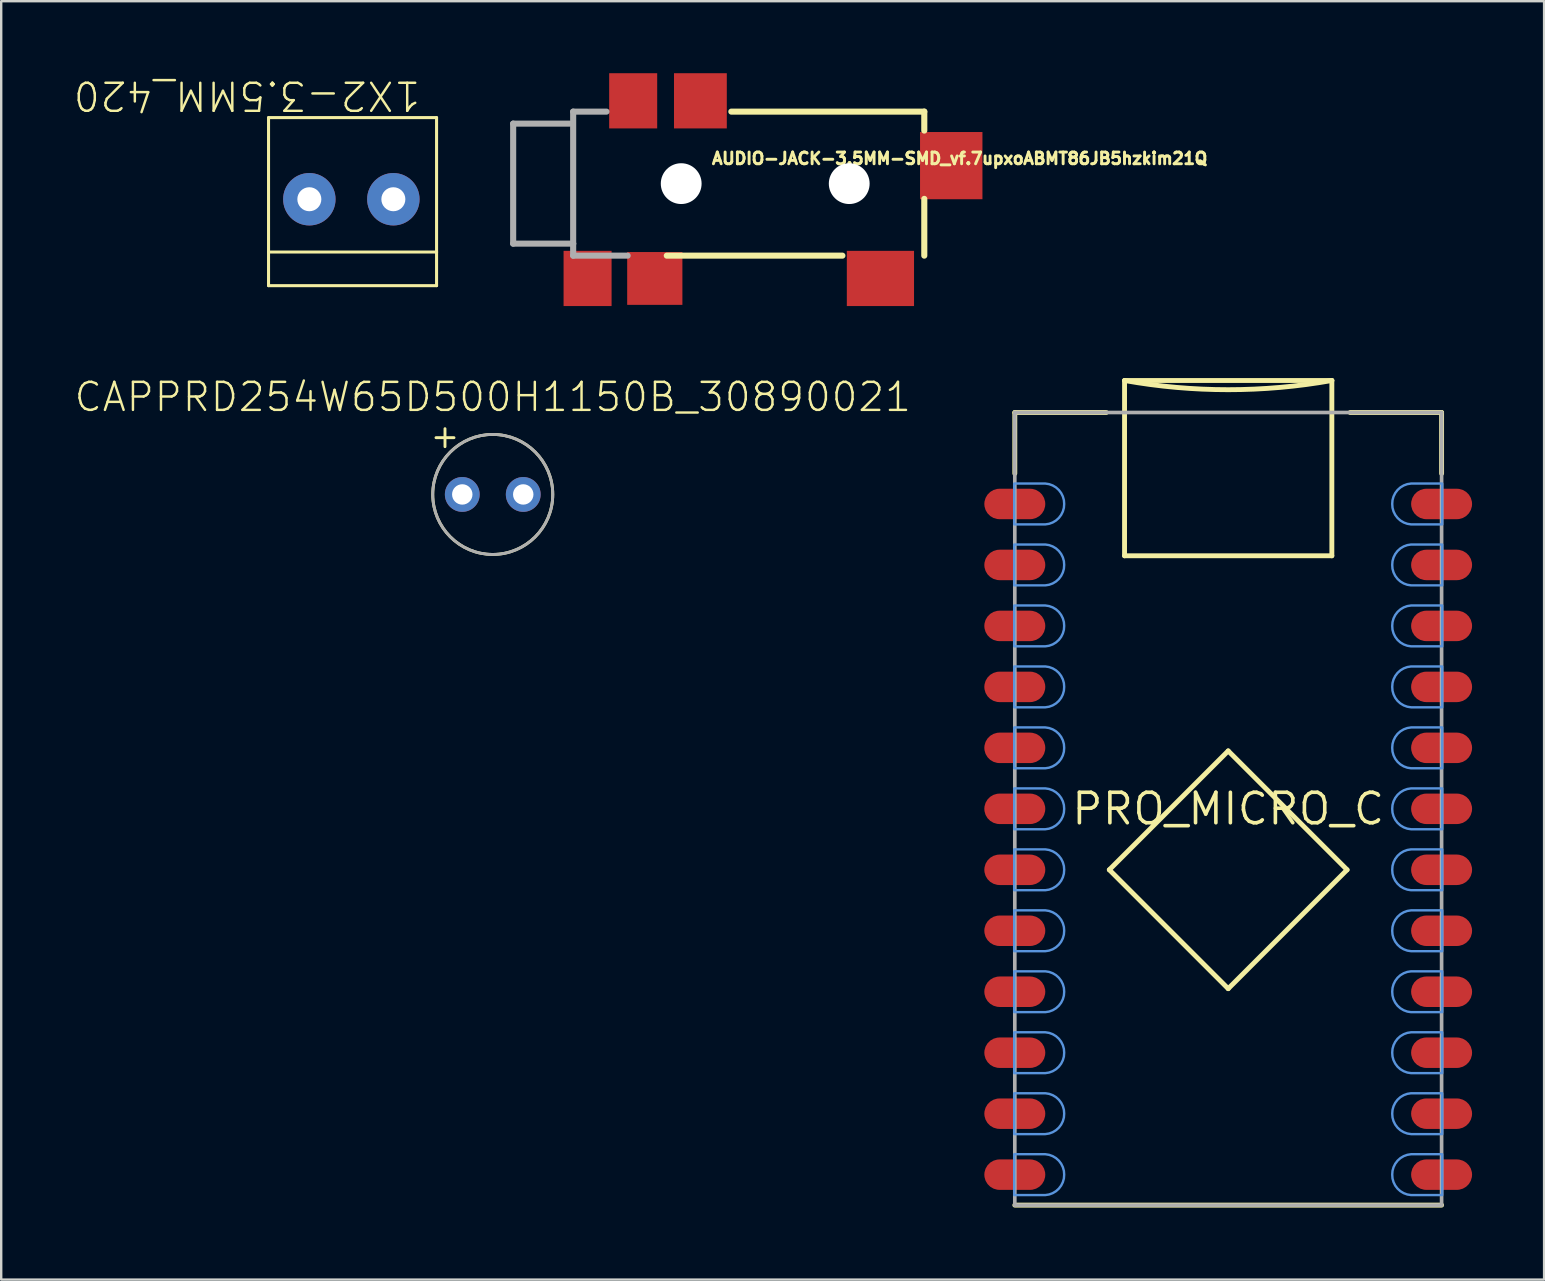
<source format=kicad_pcb>
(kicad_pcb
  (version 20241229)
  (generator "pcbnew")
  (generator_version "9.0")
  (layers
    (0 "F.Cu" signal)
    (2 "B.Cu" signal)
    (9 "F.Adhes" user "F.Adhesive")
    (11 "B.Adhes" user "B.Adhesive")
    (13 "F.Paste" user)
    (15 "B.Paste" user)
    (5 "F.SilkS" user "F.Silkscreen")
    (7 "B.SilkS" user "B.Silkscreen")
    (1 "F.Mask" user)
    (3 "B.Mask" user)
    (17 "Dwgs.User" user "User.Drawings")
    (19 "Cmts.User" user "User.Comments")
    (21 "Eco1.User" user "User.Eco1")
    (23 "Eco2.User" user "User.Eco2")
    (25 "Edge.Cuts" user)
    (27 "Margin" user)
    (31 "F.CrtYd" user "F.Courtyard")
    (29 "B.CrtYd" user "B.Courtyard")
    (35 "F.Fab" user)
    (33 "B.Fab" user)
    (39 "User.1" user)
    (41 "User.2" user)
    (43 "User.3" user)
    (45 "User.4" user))
  (footprint "1X2-3.5MM_420"
    (layer "F.Cu")
    (at 11.537 5.25)
    (property "Reference" "1X2-3.5MM_420" (at 3 -5 180) (unlocked yes) (layer "F.SilkS") (effects (font (size 1.168 1.168) (thickness 0.102)) (justify left bottom)))
    (fp_line (start -3.4 -3.4) (end -3.4 2.2) (stroke (width 0.127) (type solid)) (layer "F.SilkS"))
    (fp_line (start -3.4 2.2) (end -3.4 3.6) (stroke (width 0.127) (type solid)) (layer "F.SilkS"))
    (fp_line (start -3.4 2.2) (end 3.6 2.2) (stroke (width 0.127) (type solid)) (layer "F.SilkS"))
    (fp_line (start -3.4 3.6) (end 3.6 3.6) (stroke (width 0.127) (type solid)) (layer "F.SilkS"))
    (fp_line (start 3.6 -3.4) (end -3.4 -3.4) (stroke (width 0.127) (type solid)) (layer "F.SilkS"))
    (fp_line (start 3.6 2.2) (end 3.6 -3.4) (stroke (width 0.127) (type solid)) (layer "F.SilkS"))
    (fp_line (start 3.6 3.6) (end 3.6 2.2) (stroke (width 0.127) (type solid)) (layer "F.SilkS"))
    (pad "1" thru_hole circle (at 1.8 0) (size 2.184 2.184) (drill 1) (layers "*.Cu" "*.Mask"))
    (pad "2" thru_hole circle (at -1.7 0) (size 2.184 2.184) (drill 1) (layers "*.Cu" "*.Mask")))
  (footprint "CAPPRD254W65D500H1150B_30890021"
    (layer "F.Cu")
    (at 17.478 17.548)
    (property "Reference" "CAPPRD254W65D500H1150B_30890021" (at 0 -3.375 0) (unlocked yes) (layer "F.SilkS") (effects (font (size 1.168 1.168) (thickness 0.102)) (justify bottom)))
    (fp_line (start -2.365 -2.365) (end -1.615 -2.365) (stroke (width 0.12) (type solid)) (layer "F.SilkS"))
    (fp_line (start -1.99 -2.74) (end -1.99 -1.99) (stroke (width 0.12) (type solid)) (layer "F.SilkS"))
    (fp_circle (center 0 0) (end 2.5 0) (stroke (width 0.12) (type solid)) (fill no) (layer "F.SilkS"))
    (fp_circle (center 0 0) (end 2.5 0) (stroke (width 0.12) (type solid)) (fill no) (layer "F.Fab"))
    (pad "1" thru_hole circle (at -1.27 0) (size 1.45 1.45) (drill 0.85) (layers "*.Cu" "*.Mask"))
    (pad "2" thru_hole circle (at 1.27 0) (size 1.45 1.45) (drill 0.85) (layers "*.Cu" "*.Mask")))
  (footprint "AUDIO-JACK-3.5MM-SMD_vf.7upxoABMT86JB5hzkim21Q"
    (layer "F.Cu")
    (at 20.828 4.6)
    (property "Reference" "AUDIO-JACK-3.5MM-SMD_vf.7upxoABMT86JB5hzkim21Q" (at 5.715 -0.762 0) (unlocked yes) (layer "F.SilkS") (effects (font (size 0.488 0.488) (thickness 0.122)) (justify left bottom)))
    (fp_line (start 3.9 3) (end 11.216 3) (stroke (width 0.254) (type solid)) (layer "F.SilkS"))
    (fp_line (start 14.627 -3) (end 6.589 -3) (stroke (width 0.254) (type solid)) (layer "F.SilkS"))
    (fp_line (start 14.627 -2.21) (end 14.627 -3) (stroke (width 0.254) (type solid)) (layer "F.SilkS"))
    (fp_line (start 14.627 0.635) (end 14.627 3) (stroke (width 0.254) (type solid)) (layer "F.SilkS"))
    (fp_line (start -2.5 -2.5) (end -2.5 2.5) (stroke (width 0.254) (type solid)) (layer "F.Fab"))
    (fp_line (start -2.5 2.5) (end 0 2.5) (stroke (width 0.254) (type solid)) (layer "F.Fab"))
    (fp_line (start -0.152 -2.5) (end -2.5 -2.5) (stroke (width 0.254) (type solid)) (layer "F.Fab"))
    (fp_line (start 0 -3) (end 0 2.5) (stroke (width 0.254) (type solid)) (layer "F.Fab"))
    (fp_line (start 0 2.5) (end 0 3) (stroke (width 0.254) (type solid)) (layer "F.Fab"))
    (fp_line (start 0 3) (end 2.27 3) (stroke (width 0.254) (type solid)) (layer "F.Fab"))
    (fp_line (start 1.389 -3) (end 0 -3) (stroke (width 0.254) (type solid)) (layer "F.Fab"))
    (pad "" np_thru_hole circle (at 4.5 0) (size 1.7 1.7) (drill 1.7) (layers "*.Cu" "*.Mask"))
    (pad "" np_thru_hole circle (at 11.5 0) (size 1.7 1.7) (drill 1.7) (layers "*.Cu" "*.Mask"))
    (pad "RING1" smd rect (at 5.3 -3.45) (size 2.2 2.3) (layers "F.Cu" "F.Mask" "F.Paste"))
    (pad "RING2" smd rect (at 3.4 3.95) (size 2.3 2.2) (layers "F.Cu" "F.Mask" "F.Paste"))
    (pad "RSH" smd rect (at 2.5 -3.45 180) (size 2 2.3) (layers "F.Cu" "F.Mask" "F.Paste"))
    (pad "SLEEVE" smd rect (at 0.6 3.95) (size 2 2.3) (layers "F.Cu" "F.Mask" "F.Paste"))
    (pad "TIP" smd rect (at 12.8 3.95) (size 2.8 2.3) (layers "F.Cu" "F.Mask" "F.Paste"))
    (pad "TSH" smd rect (at 15.75 -0.75 90) (size 2.8 2.6) (layers "F.Cu" "F.Mask" "F.Paste")))
  (footprint "PRO_MICRO_C"
    (layer "F.Cu")
    (at 48.116 30.645)
    (property "Reference" "PRO_MICRO_C" (at 0 0 0) (layer "F.SilkS") (effects (font (size 1.27 1.27) (thickness 0.15))))
    (fp_line (start -8.89 -16.51) (end -8.89 -13.97) (stroke (width 0.203) (type solid)) (layer "F.SilkS"))
    (fp_line (start -5.08 -16.51) (end -8.89 -16.51) (stroke (width 0.203) (type solid)) (layer "F.SilkS"))
    (fp_line (start -4.953 2.54) (end 0 7.493) (stroke (width 0.203) (type solid)) (layer "F.SilkS"))
    (fp_line (start -4.318 -17.843) (end 4.318 -17.843) (stroke (width 0.203) (type solid)) (layer "F.SilkS"))
    (fp_line (start -4.318 -10.541) (end -4.318 -17.843) (stroke (width 0.203) (type solid)) (layer "F.SilkS"))
    (fp_line (start 0 -2.413) (end -4.953 2.54) (stroke (width 0.203) (type solid)) (layer "F.SilkS"))
    (fp_line (start 0 7.493) (end 4.953 2.54) (stroke (width 0.203) (type solid)) (layer "F.SilkS"))
    (fp_line (start 4.318 -17.843) (end 4.318 -10.541) (stroke (width 0.203) (type solid)) (layer "F.SilkS"))
    (fp_line (start 4.318 -10.541) (end -4.318 -10.541) (stroke (width 0.203) (type solid)) (layer "F.SilkS"))
    (fp_line (start 4.953 2.54) (end 0 -2.413) (stroke (width 0.203) (type solid)) (layer "F.SilkS"))
    (fp_line (start 5.08 -16.51) (end 8.89 -16.51) (stroke (width 0.203) (type solid)) (layer "F.SilkS"))
    (fp_line (start 8.89 -16.51) (end 8.89 -13.97) (stroke (width 0.203) (type solid)) (layer "F.SilkS"))
    (fp_line (start 8.89 16.51) (end -8.89 16.51) (stroke (width 0.203) (type solid)) (layer "F.SilkS"))
    (fp_arc (start 4.318 -17.8435) (mid 0 -17.460445) (end -4.318 -17.8435) (stroke (width 0.2032) (type solid)) (layer "F.SilkS"))
    (fp_poly (pts (xy -7.461 -13.526) (xy -7.311 -13.471) (xy -7.174 -13.389) (xy -7.055 -13.282) (xy -6.959 -13.155) (xy -6.888 -13.012) (xy -6.845 -12.859) (xy -6.833 -12.7) (xy -6.845 -12.541) (xy -6.888 -12.388) (xy -6.959 -12.245) (xy -7.055 -12.118) (xy -7.174 -12.011) (xy -7.311 -11.929) (xy -7.461 -11.874) (xy -7.618 -11.849) (xy -8.915 -11.849) (xy -8.915 -13.551) (xy -7.618 -13.551)) (stroke (width 0.1) (type default)) (fill no) (layer "Cmts.User"))
    (fp_poly (pts (xy -7.461 -10.986) (xy -7.311 -10.931) (xy -7.174 -10.849) (xy -7.055 -10.742) (xy -6.959 -10.615) (xy -6.888 -10.472) (xy -6.845 -10.319) (xy -6.833 -10.16) (xy -6.845 -10.001) (xy -6.888 -9.848) (xy -6.959 -9.705) (xy -7.055 -9.578) (xy -7.174 -9.471) (xy -7.311 -9.389) (xy -7.461 -9.334) (xy -7.618 -9.309) (xy -8.915 -9.309) (xy -8.915 -11.011) (xy -7.618 -11.011)) (stroke (width 0.1) (type default)) (fill no) (layer "Cmts.User"))
    (fp_poly (pts (xy -7.461 -8.446) (xy -7.311 -8.391) (xy -7.174 -8.309) (xy -7.055 -8.202) (xy -6.959 -8.075) (xy -6.888 -7.932) (xy -6.845 -7.779) (xy -6.833 -7.62) (xy -6.845 -7.461) (xy -6.888 -7.308) (xy -6.959 -7.165) (xy -7.055 -7.038) (xy -7.174 -6.931) (xy -7.311 -6.849) (xy -7.461 -6.794) (xy -7.618 -6.769) (xy -8.915 -6.769) (xy -8.915 -8.471) (xy -7.618 -8.471)) (stroke (width 0.1) (type default)) (fill no) (layer "Cmts.User"))
    (fp_poly (pts (xy -7.461 -5.906) (xy -7.311 -5.851) (xy -7.174 -5.769) (xy -7.055 -5.662) (xy -6.959 -5.535) (xy -6.888 -5.392) (xy -6.845 -5.239) (xy -6.833 -5.08) (xy -6.845 -4.921) (xy -6.888 -4.768) (xy -6.959 -4.625) (xy -7.055 -4.498) (xy -7.174 -4.391) (xy -7.311 -4.309) (xy -7.461 -4.254) (xy -7.618 -4.229) (xy -8.915 -4.229) (xy -8.915 -5.931) (xy -7.618 -5.931)) (stroke (width 0.1) (type default)) (fill no) (layer "Cmts.User"))
    (fp_poly (pts (xy -7.461 -3.366) (xy -7.311 -3.311) (xy -7.174 -3.229) (xy -7.055 -3.122) (xy -6.959 -2.995) (xy -6.888 -2.852) (xy -6.845 -2.699) (xy -6.833 -2.54) (xy -6.845 -2.381) (xy -6.888 -2.228) (xy -6.959 -2.085) (xy -7.055 -1.958) (xy -7.174 -1.851) (xy -7.311 -1.769) (xy -7.461 -1.714) (xy -7.618 -1.689) (xy -8.915 -1.689) (xy -8.915 -3.391) (xy -7.618 -3.391)) (stroke (width 0.1) (type default)) (fill no) (layer "Cmts.User"))
    (fp_poly (pts (xy -7.461 -0.826) (xy -7.311 -0.771) (xy -7.174 -0.689) (xy -7.055 -0.582) (xy -6.959 -0.455) (xy -6.888 -0.312) (xy -6.845 -0.159) (xy -6.833 0) (xy -6.845 0.159) (xy -6.888 0.312) (xy -6.959 0.455) (xy -7.055 0.582) (xy -7.174 0.689) (xy -7.311 0.771) (xy -7.461 0.826) (xy -7.618 0.851) (xy -8.915 0.851) (xy -8.915 -0.851) (xy -7.618 -0.851)) (stroke (width 0.1) (type default)) (fill no) (layer "Cmts.User"))
    (fp_poly (pts (xy -7.461 1.714) (xy -7.311 1.769) (xy -7.174 1.851) (xy -7.055 1.958) (xy -6.959 2.085) (xy -6.888 2.228) (xy -6.845 2.381) (xy -6.833 2.54) (xy -6.845 2.699) (xy -6.888 2.852) (xy -6.959 2.995) (xy -7.055 3.122) (xy -7.174 3.229) (xy -7.311 3.311) (xy -7.461 3.366) (xy -7.618 3.391) (xy -8.915 3.391) (xy -8.915 1.689) (xy -7.618 1.689)) (stroke (width 0.1) (type default)) (fill no) (layer "Cmts.User"))
    (fp_poly (pts (xy -7.461 4.254) (xy -7.311 4.309) (xy -7.174 4.391) (xy -7.055 4.498) (xy -6.959 4.625) (xy -6.888 4.768) (xy -6.845 4.921) (xy -6.833 5.08) (xy -6.845 5.239) (xy -6.888 5.392) (xy -6.959 5.535) (xy -7.055 5.662) (xy -7.174 5.769) (xy -7.311 5.851) (xy -7.461 5.906) (xy -7.618 5.931) (xy -8.915 5.931) (xy -8.915 4.229) (xy -7.618 4.229)) (stroke (width 0.1) (type default)) (fill no) (layer "Cmts.User"))
    (fp_poly (pts (xy -7.461 6.794) (xy -7.311 6.849) (xy -7.174 6.931) (xy -7.055 7.038) (xy -6.959 7.165) (xy -6.888 7.308) (xy -6.845 7.461) (xy -6.833 7.62) (xy -6.845 7.779) (xy -6.888 7.932) (xy -6.959 8.075) (xy -7.055 8.202) (xy -7.174 8.309) (xy -7.311 8.391) (xy -7.461 8.446) (xy -7.618 8.471) (xy -8.915 8.471) (xy -8.915 6.769) (xy -7.618 6.769)) (stroke (width 0.1) (type default)) (fill no) (layer "Cmts.User"))
    (fp_poly (pts (xy -7.461 9.334) (xy -7.311 9.389) (xy -7.174 9.471) (xy -7.055 9.578) (xy -6.959 9.705) (xy -6.888 9.848) (xy -6.845 10.001) (xy -6.833 10.16) (xy -6.845 10.319) (xy -6.888 10.472) (xy -6.959 10.615) (xy -7.055 10.742) (xy -7.174 10.849) (xy -7.311 10.931) (xy -7.461 10.986) (xy -7.618 11.011) (xy -8.915 11.011) (xy -8.915 9.309) (xy -7.618 9.309)) (stroke (width 0.1) (type default)) (fill no) (layer "Cmts.User"))
    (fp_poly (pts (xy -7.461 11.874) (xy -7.311 11.929) (xy -7.174 12.011) (xy -7.055 12.118) (xy -6.959 12.245) (xy -6.888 12.388) (xy -6.845 12.541) (xy -6.833 12.7) (xy -6.845 12.859) (xy -6.888 13.012) (xy -6.959 13.155) (xy -7.055 13.282) (xy -7.174 13.389) (xy -7.311 13.471) (xy -7.461 13.526) (xy -7.618 13.551) (xy -8.915 13.551) (xy -8.915 11.849) (xy -7.618 11.849)) (stroke (width 0.1) (type default)) (fill no) (layer "Cmts.User"))
    (fp_poly (pts (xy -7.461 14.414) (xy -7.311 14.469) (xy -7.174 14.551) (xy -7.055 14.658) (xy -6.959 14.785) (xy -6.888 14.928) (xy -6.845 15.081) (xy -6.833 15.24) (xy -6.845 15.399) (xy -6.888 15.552) (xy -6.959 15.695) (xy -7.055 15.822) (xy -7.174 15.929) (xy -7.311 16.011) (xy -7.461 16.066) (xy -7.618 16.091) (xy -8.915 16.091) (xy -8.915 14.389) (xy -7.618 14.389)) (stroke (width 0.1) (type default)) (fill no) (layer "Cmts.User"))
    (fp_poly (pts (xy 8.915 -11.849) (xy 7.618 -11.849) (xy 7.461 -11.874) (xy 7.311 -11.929) (xy 7.174 -12.011) (xy 7.055 -12.118) (xy 6.959 -12.245) (xy 6.888 -12.388) (xy 6.845 -12.541) (xy 6.833 -12.7) (xy 6.845 -12.859) (xy 6.888 -13.012) (xy 6.959 -13.155) (xy 7.055 -13.282) (xy 7.174 -13.389) (xy 7.311 -13.471) (xy 7.461 -13.526) (xy 7.618 -13.551) (xy 8.915 -13.551)) (stroke (width 0.1) (type default)) (fill no) (layer "Cmts.User"))
    (fp_poly (pts (xy 8.915 -9.309) (xy 7.618 -9.309) (xy 7.461 -9.334) (xy 7.311 -9.389) (xy 7.174 -9.471) (xy 7.055 -9.578) (xy 6.959 -9.705) (xy 6.888 -9.848) (xy 6.845 -10.001) (xy 6.833 -10.16) (xy 6.845 -10.319) (xy 6.888 -10.472) (xy 6.959 -10.615) (xy 7.055 -10.742) (xy 7.174 -10.849) (xy 7.311 -10.931) (xy 7.461 -10.986) (xy 7.618 -11.011) (xy 8.915 -11.011)) (stroke (width 0.1) (type default)) (fill no) (layer "Cmts.User"))
    (fp_poly (pts (xy 8.915 -6.769) (xy 7.618 -6.769) (xy 7.461 -6.794) (xy 7.311 -6.849) (xy 7.174 -6.931) (xy 7.055 -7.038) (xy 6.959 -7.165) (xy 6.888 -7.308) (xy 6.845 -7.461) (xy 6.833 -7.62) (xy 6.845 -7.779) (xy 6.888 -7.932) (xy 6.959 -8.075) (xy 7.055 -8.202) (xy 7.174 -8.309) (xy 7.311 -8.391) (xy 7.461 -8.446) (xy 7.618 -8.471) (xy 8.915 -8.471)) (stroke (width 0.1) (type default)) (fill no) (layer "Cmts.User"))
    (fp_poly (pts (xy 8.915 -4.229) (xy 7.618 -4.229) (xy 7.461 -4.254) (xy 7.311 -4.309) (xy 7.174 -4.391) (xy 7.055 -4.498) (xy 6.959 -4.625) (xy 6.888 -4.768) (xy 6.845 -4.921) (xy 6.833 -5.08) (xy 6.845 -5.239) (xy 6.888 -5.392) (xy 6.959 -5.535) (xy 7.055 -5.662) (xy 7.174 -5.769) (xy 7.311 -5.851) (xy 7.461 -5.906) (xy 7.618 -5.931) (xy 8.915 -5.931)) (stroke (width 0.1) (type default)) (fill no) (layer "Cmts.User"))
    (fp_poly (pts (xy 8.915 -1.689) (xy 7.618 -1.689) (xy 7.461 -1.714) (xy 7.311 -1.769) (xy 7.174 -1.851) (xy 7.055 -1.958) (xy 6.959 -2.085) (xy 6.888 -2.228) (xy 6.845 -2.381) (xy 6.833 -2.54) (xy 6.845 -2.699) (xy 6.888 -2.852) (xy 6.959 -2.995) (xy 7.055 -3.122) (xy 7.174 -3.229) (xy 7.311 -3.311) (xy 7.461 -3.366) (xy 7.618 -3.391) (xy 8.915 -3.391)) (stroke (width 0.1) (type default)) (fill no) (layer "Cmts.User"))
    (fp_poly (pts (xy 8.915 0.851) (xy 7.618 0.851) (xy 7.461 0.826) (xy 7.311 0.771) (xy 7.174 0.689) (xy 7.055 0.582) (xy 6.959 0.455) (xy 6.888 0.312) (xy 6.845 0.159) (xy 6.833 0) (xy 6.845 -0.159) (xy 6.888 -0.312) (xy 6.959 -0.455) (xy 7.055 -0.582) (xy 7.174 -0.689) (xy 7.311 -0.771) (xy 7.461 -0.826) (xy 7.618 -0.851) (xy 8.915 -0.851)) (stroke (width 0.1) (type default)) (fill no) (layer "Cmts.User"))
    (fp_poly (pts (xy 8.915 3.391) (xy 7.618 3.391) (xy 7.461 3.366) (xy 7.311 3.311) (xy 7.174 3.229) (xy 7.055 3.122) (xy 6.959 2.995) (xy 6.888 2.852) (xy 6.845 2.699) (xy 6.833 2.54) (xy 6.845 2.381) (xy 6.888 2.228) (xy 6.959 2.085) (xy 7.055 1.958) (xy 7.174 1.851) (xy 7.311 1.769) (xy 7.461 1.714) (xy 7.618 1.689) (xy 8.915 1.689)) (stroke (width 0.1) (type default)) (fill no) (layer "Cmts.User"))
    (fp_poly (pts (xy 8.915 5.931) (xy 7.618 5.931) (xy 7.461 5.906) (xy 7.311 5.851) (xy 7.174 5.769) (xy 7.055 5.662) (xy 6.959 5.535) (xy 6.888 5.392) (xy 6.845 5.239) (xy 6.833 5.08) (xy 6.845 4.921) (xy 6.888 4.768) (xy 6.959 4.625) (xy 7.055 4.498) (xy 7.174 4.391) (xy 7.311 4.309) (xy 7.461 4.254) (xy 7.618 4.229) (xy 8.915 4.229)) (stroke (width 0.1) (type default)) (fill no) (layer "Cmts.User"))
    (fp_poly (pts (xy 8.915 8.471) (xy 7.618 8.471) (xy 7.461 8.446) (xy 7.311 8.391) (xy 7.174 8.309) (xy 7.055 8.202) (xy 6.959 8.075) (xy 6.888 7.932) (xy 6.845 7.779) (xy 6.833 7.62) (xy 6.845 7.461) (xy 6.888 7.308) (xy 6.959 7.165) (xy 7.055 7.038) (xy 7.174 6.931) (xy 7.311 6.849) (xy 7.461 6.794) (xy 7.618 6.769) (xy 8.915 6.769)) (stroke (width 0.1) (type default)) (fill no) (layer "Cmts.User"))
    (fp_poly (pts (xy 8.915 11.011) (xy 7.618 11.011) (xy 7.461 10.986) (xy 7.311 10.931) (xy 7.174 10.849) (xy 7.055 10.742) (xy 6.959 10.615) (xy 6.888 10.472) (xy 6.845 10.319) (xy 6.833 10.16) (xy 6.845 10.001) (xy 6.888 9.848) (xy 6.959 9.705) (xy 7.055 9.578) (xy 7.174 9.471) (xy 7.311 9.389) (xy 7.461 9.334) (xy 7.618 9.309) (xy 8.915 9.309)) (stroke (width 0.1) (type default)) (fill no) (layer "Cmts.User"))
    (fp_poly (pts (xy 8.915 13.551) (xy 7.618 13.551) (xy 7.461 13.526) (xy 7.311 13.471) (xy 7.174 13.389) (xy 7.055 13.282) (xy 6.959 13.155) (xy 6.888 13.012) (xy 6.845 12.859) (xy 6.833 12.7) (xy 6.845 12.541) (xy 6.888 12.388) (xy 6.959 12.245) (xy 7.055 12.118) (xy 7.174 12.011) (xy 7.311 11.929) (xy 7.461 11.874) (xy 7.618 11.849) (xy 8.915 11.849)) (stroke (width 0.1) (type default)) (fill no) (layer "Cmts.User"))
    (fp_poly (pts (xy 8.915 16.091) (xy 7.618 16.091) (xy 7.461 16.066) (xy 7.311 16.011) (xy 7.174 15.929) (xy 7.055 15.822) (xy 6.959 15.695) (xy 6.888 15.552) (xy 6.845 15.399) (xy 6.833 15.24) (xy 6.845 15.081) (xy 6.888 14.928) (xy 6.959 14.785) (xy 7.055 14.658) (xy 7.174 14.551) (xy 7.311 14.469) (xy 7.461 14.414) (xy 7.618 14.389) (xy 8.915 14.389)) (stroke (width 0.1) (type default)) (fill no) (layer "Cmts.User"))
    (fp_line (start -8.89 -16.51) (end -8.89 16.51) (stroke (width 0.152) (type solid)) (layer "F.Fab"))
    (fp_line (start -8.89 16.51) (end 8.89 16.51) (stroke (width 0.152) (type solid)) (layer "F.Fab"))
    (fp_line (start 8.89 -16.51) (end -8.89 -16.51) (stroke (width 0.152) (type solid)) (layer "F.Fab"))
    (fp_line (start 8.89 16.51) (end 8.89 -16.51) (stroke (width 0.152) (type solid)) (layer "F.Fab"))
    (pad "1" smd roundrect (at -8.89 -12.7) (size 2.54 1.27) (layers "F.Cu" "F.Mask" "F.Paste") (roundrect_rratio 0.5))
    (pad "2" smd roundrect (at -8.89 -10.16) (size 2.54 1.27) (layers "F.Cu" "F.Mask" "F.Paste") (roundrect_rratio 0.5))
    (pad "3" smd roundrect (at -8.89 -7.62) (size 2.54 1.27) (layers "F.Cu" "F.Mask" "F.Paste") (roundrect_rratio 0.5))
    (pad "4" smd roundrect (at -8.89 -5.08) (size 2.54 1.27) (layers "F.Cu" "F.Mask" "F.Paste") (roundrect_rratio 0.5))
    (pad "5" smd roundrect (at -8.89 -2.54) (size 2.54 1.27) (layers "F.Cu" "F.Mask" "F.Paste") (roundrect_rratio 0.5))
    (pad "6" smd roundrect (at -8.89 0) (size 2.54 1.27) (layers "F.Cu" "F.Mask" "F.Paste") (roundrect_rratio 0.5))
    (pad "7" smd roundrect (at -8.89 2.54) (size 2.54 1.27) (layers "F.Cu" "F.Mask" "F.Paste") (roundrect_rratio 0.5))
    (pad "8" smd roundrect (at -8.89 5.08) (size 2.54 1.27) (layers "F.Cu" "F.Mask" "F.Paste") (roundrect_rratio 0.5))
    (pad "9" smd roundrect (at -8.89 7.62) (size 2.54 1.27) (layers "F.Cu" "F.Mask" "F.Paste") (roundrect_rratio 0.5))
    (pad "10" smd roundrect (at -8.89 10.16) (size 2.54 1.27) (layers "F.Cu" "F.Mask" "F.Paste") (roundrect_rratio 0.5))
    (pad "11" smd roundrect (at -8.89 12.7) (size 2.54 1.27) (layers "F.Cu" "F.Mask" "F.Paste") (roundrect_rratio 0.5))
    (pad "12" smd roundrect (at -8.89 15.24) (size 2.54 1.27) (layers "F.Cu" "F.Mask" "F.Paste") (roundrect_rratio 0.5))
    (pad "13" smd roundrect (at 8.89 15.24) (size 2.54 1.27) (layers "F.Cu" "F.Mask" "F.Paste") (roundrect_rratio 0.5))
    (pad "14" smd roundrect (at 8.89 12.7) (size 2.54 1.27) (layers "F.Cu" "F.Mask" "F.Paste") (roundrect_rratio 0.5))
    (pad "15" smd roundrect (at 8.89 10.16) (size 2.54 1.27) (layers "F.Cu" "F.Mask" "F.Paste") (roundrect_rratio 0.5))
    (pad "16" smd roundrect (at 8.89 7.62) (size 2.54 1.27) (layers "F.Cu" "F.Mask" "F.Paste") (roundrect_rratio 0.5))
    (pad "17" smd roundrect (at 8.89 5.08) (size 2.54 1.27) (layers "F.Cu" "F.Mask" "F.Paste") (roundrect_rratio 0.5))
    (pad "18" smd roundrect (at 8.89 2.54) (size 2.54 1.27) (layers "F.Cu" "F.Mask" "F.Paste") (roundrect_rratio 0.5))
    (pad "19" smd roundrect (at 8.89 0) (size 2.54 1.27) (layers "F.Cu" "F.Mask" "F.Paste") (roundrect_rratio 0.5))
    (pad "20" smd roundrect (at 8.89 -2.54) (size 2.54 1.27) (layers "F.Cu" "F.Mask" "F.Paste") (roundrect_rratio 0.5))
    (pad "21" smd roundrect (at 8.89 -5.08) (size 2.54 1.27) (layers "F.Cu" "F.Mask" "F.Paste") (roundrect_rratio 0.5))
    (pad "22" smd roundrect (at 8.89 -7.62) (size 2.54 1.27) (layers "F.Cu" "F.Mask" "F.Paste") (roundrect_rratio 0.5))
    (pad "23" smd roundrect (at 8.89 -10.16) (size 2.54 1.27) (layers "F.Cu" "F.Mask" "F.Paste") (roundrect_rratio 0.5))
    (pad "24" smd roundrect (at 8.89 -12.7) (size 2.54 1.27) (layers "F.Cu" "F.Mask" "F.Paste") (roundrect_rratio 0.5)))
  (gr_rect
    (start -3 -3)
    (end 61.276 50.257)
    (stroke (width 0.1) (type default))
    (fill no)
    (layer "Edge.Cuts")))
</source>
